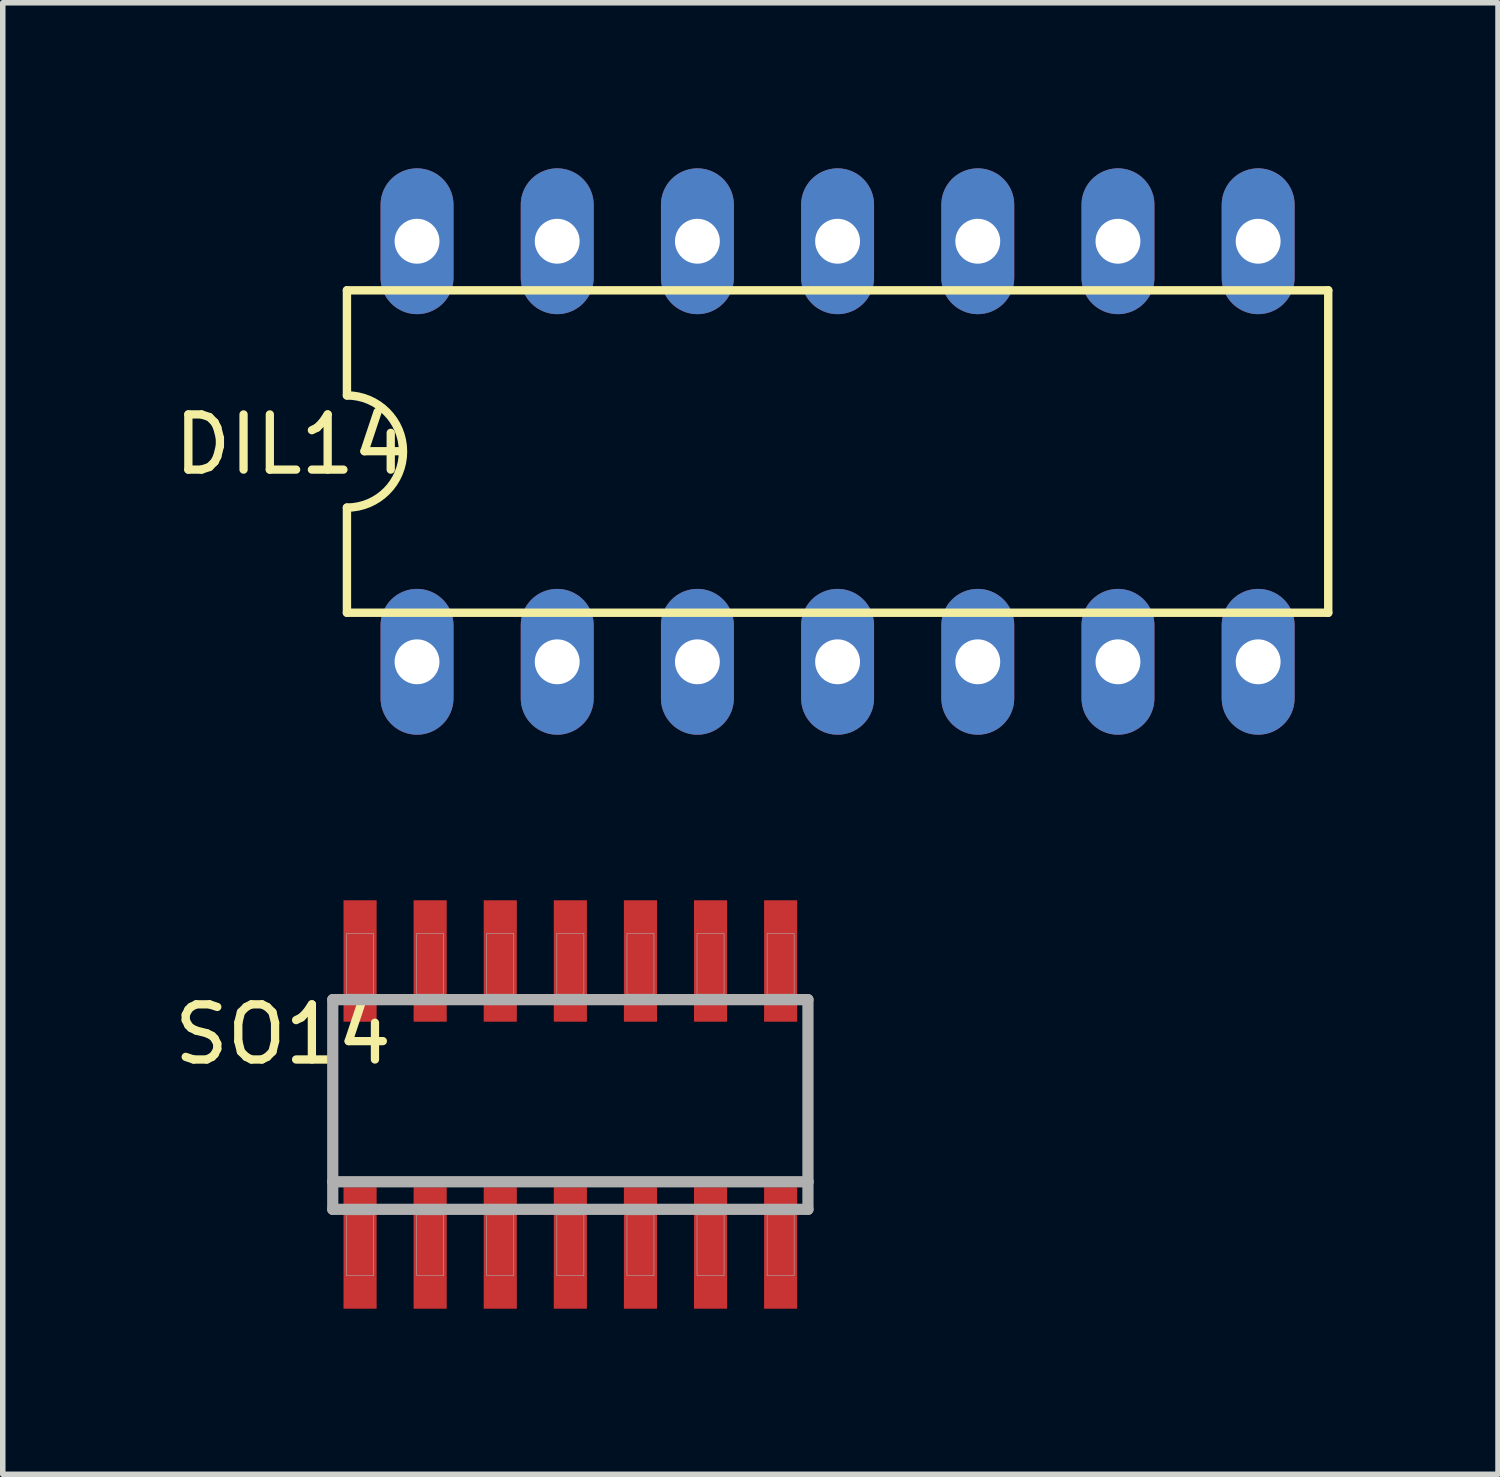
<source format=kicad_pcb>
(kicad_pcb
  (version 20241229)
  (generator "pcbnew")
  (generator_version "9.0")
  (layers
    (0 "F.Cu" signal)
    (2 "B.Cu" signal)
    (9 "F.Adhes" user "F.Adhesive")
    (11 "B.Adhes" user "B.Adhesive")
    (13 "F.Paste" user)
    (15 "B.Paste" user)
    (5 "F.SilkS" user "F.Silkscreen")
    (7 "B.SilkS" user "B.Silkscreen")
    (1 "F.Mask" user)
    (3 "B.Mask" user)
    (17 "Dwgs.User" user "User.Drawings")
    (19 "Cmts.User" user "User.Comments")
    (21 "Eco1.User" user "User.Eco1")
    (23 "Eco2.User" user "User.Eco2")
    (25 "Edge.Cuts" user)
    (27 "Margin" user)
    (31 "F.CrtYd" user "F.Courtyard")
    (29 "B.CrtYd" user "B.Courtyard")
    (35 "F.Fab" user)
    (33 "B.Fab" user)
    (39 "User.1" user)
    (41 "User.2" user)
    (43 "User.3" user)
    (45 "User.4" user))
  (footprint "DIL14"
    (layer "F.Cu")
    (at 12.126 5.131)
    (property "Reference" "DIL14" (at -9.906 -0.127 180) (layer "F.SilkS") (effects (font (size 1 1) (thickness 0.15))))
    (attr through_hole)
    (fp_line (start -8.89 -2.921) (end -8.89 -1.016) (stroke (width 0.152) (type solid)) (layer "F.SilkS"))
    (fp_line (start -8.89 2.921) (end -8.89 1.016) (stroke (width 0.152) (type solid)) (layer "F.SilkS"))
    (fp_line (start -8.89 2.921) (end 8.89 2.921) (stroke (width 0.152) (type solid)) (layer "F.SilkS"))
    (fp_line (start 8.89 -2.921) (end -8.89 -2.921) (stroke (width 0.152) (type solid)) (layer "F.SilkS"))
    (fp_line (start 8.89 -2.921) (end 8.89 2.921) (stroke (width 0.152) (type solid)) (layer "F.SilkS"))
    (fp_arc (start -8.89 -1.016) (mid -7.874 0) (end -8.89 1.016) (stroke (width 0.1524) (type solid)) (layer "F.SilkS"))
    (pad "1" thru_hole oval (at -7.62 3.81) (size 1.321 2.642) (drill 0.813) (layers "*.Cu" "*.Mask"))
    (pad "2" thru_hole oval (at -5.08 3.81) (size 1.321 2.642) (drill 0.813) (layers "*.Cu" "*.Mask"))
    (pad "3" thru_hole oval (at -2.54 3.81) (size 1.321 2.642) (drill 0.813) (layers "*.Cu" "*.Mask"))
    (pad "4" thru_hole oval (at 0 3.81) (size 1.321 2.642) (drill 0.813) (layers "*.Cu" "*.Mask"))
    (pad "5" thru_hole oval (at 2.54 3.81) (size 1.321 2.642) (drill 0.813) (layers "*.Cu" "*.Mask"))
    (pad "6" thru_hole oval (at 5.08 3.81) (size 1.321 2.642) (drill 0.813) (layers "*.Cu" "*.Mask"))
    (pad "7" thru_hole oval (at 7.62 3.81) (size 1.321 2.642) (drill 0.813) (layers "*.Cu" "*.Mask"))
    (pad "8" thru_hole oval (at 7.62 -3.81) (size 1.321 2.642) (drill 0.813) (layers "*.Cu" "*.Mask"))
    (pad "9" thru_hole oval (at 5.08 -3.81) (size 1.321 2.642) (drill 0.813) (layers "*.Cu" "*.Mask"))
    (pad "10" thru_hole oval (at 2.54 -3.81) (size 1.321 2.642) (drill 0.813) (layers "*.Cu" "*.Mask"))
    (pad "11" thru_hole oval (at 0 -3.81) (size 1.321 2.642) (drill 0.813) (layers "*.Cu" "*.Mask"))
    (pad "12" thru_hole oval (at -2.54 -3.81) (size 1.321 2.642) (drill 0.813) (layers "*.Cu" "*.Mask"))
    (pad "13" thru_hole oval (at -5.08 -3.81) (size 1.321 2.642) (drill 0.813) (layers "*.Cu" "*.Mask"))
    (pad "14" thru_hole oval (at -7.62 -3.81) (size 1.321 2.642) (drill 0.813) (layers "*.Cu" "*.Mask")))
  (footprint "SO14"
    (layer "F.Cu")
    (at 7.284 16.962)
    (property "Reference" "SO14" (at -5.207 -1.27 180) (layer "F.SilkS") (effects (font (size 1 1) (thickness 0.15))))
    (attr smd)
    (fp_line (start -4.305 -1.9) (end 4.305 -1.9) (stroke (width 0.203) (type solid)) (layer "F.Fab"))
    (fp_line (start -4.305 1.4) (end -4.305 -1.9) (stroke (width 0.203) (type solid)) (layer "F.Fab"))
    (fp_line (start -4.305 1.9) (end -4.305 1.4) (stroke (width 0.203) (type solid)) (layer "F.Fab"))
    (fp_line (start 4.305 -1.9) (end 4.305 1.4) (stroke (width 0.203) (type solid)) (layer "F.Fab"))
    (fp_line (start 4.305 1.4) (end -4.305 1.4) (stroke (width 0.203) (type solid)) (layer "F.Fab"))
    (fp_line (start 4.305 1.4) (end 4.305 1.9) (stroke (width 0.203) (type solid)) (layer "F.Fab"))
    (fp_line (start 4.305 1.9) (end -4.305 1.9) (stroke (width 0.203) (type solid)) (layer "F.Fab"))
    (fp_poly (pts (xy -4.055 -3.1) (xy -3.565 -3.1) (xy -3.565 -2) (xy -4.055 -2)) (stroke (width 0.01) (type solid)) (fill no) (layer "F.Fab"))
    (fp_poly (pts (xy -4.055 2) (xy -3.565 2) (xy -3.565 3.1) (xy -4.055 3.1)) (stroke (width 0.01) (type solid)) (fill no) (layer "F.Fab"))
    (fp_poly (pts (xy -2.785 -3.1) (xy -2.295 -3.1) (xy -2.295 -2) (xy -2.785 -2)) (stroke (width 0.01) (type solid)) (fill no) (layer "F.Fab"))
    (fp_poly (pts (xy -2.785 2) (xy -2.295 2) (xy -2.295 3.1) (xy -2.785 3.1)) (stroke (width 0.01) (type solid)) (fill no) (layer "F.Fab"))
    (fp_poly (pts (xy -1.515 -3.1) (xy -1.025 -3.1) (xy -1.025 -2) (xy -1.515 -2)) (stroke (width 0.01) (type solid)) (fill no) (layer "F.Fab"))
    (fp_poly (pts (xy -1.515 2) (xy -1.025 2) (xy -1.025 3.1) (xy -1.515 3.1)) (stroke (width 0.01) (type solid)) (fill no) (layer "F.Fab"))
    (fp_poly (pts (xy -0.245 -3.1) (xy 0.245 -3.1) (xy 0.245 -2) (xy -0.245 -2)) (stroke (width 0.01) (type solid)) (fill no) (layer "F.Fab"))
    (fp_poly (pts (xy -0.245 2) (xy 0.245 2) (xy 0.245 3.1) (xy -0.245 3.1)) (stroke (width 0.01) (type solid)) (fill no) (layer "F.Fab"))
    (fp_poly (pts (xy 1.025 -3.1) (xy 1.515 -3.1) (xy 1.515 -2) (xy 1.025 -2)) (stroke (width 0.01) (type solid)) (fill no) (layer "F.Fab"))
    (fp_poly (pts (xy 1.025 2) (xy 1.515 2) (xy 1.515 3.1) (xy 1.025 3.1)) (stroke (width 0.01) (type solid)) (fill no) (layer "F.Fab"))
    (fp_poly (pts (xy 2.295 -3.1) (xy 2.785 -3.1) (xy 2.785 -2) (xy 2.295 -2)) (stroke (width 0.01) (type solid)) (fill no) (layer "F.Fab"))
    (fp_poly (pts (xy 2.295 2) (xy 2.785 2) (xy 2.785 3.1) (xy 2.295 3.1)) (stroke (width 0.01) (type solid)) (fill no) (layer "F.Fab"))
    (fp_poly (pts (xy 3.565 -3.1) (xy 4.055 -3.1) (xy 4.055 -2) (xy 3.565 -2)) (stroke (width 0.01) (type solid)) (fill no) (layer "F.Fab"))
    (fp_poly (pts (xy 3.565 2) (xy 4.055 2) (xy 4.055 3.1) (xy 3.565 3.1)) (stroke (width 0.01) (type solid)) (fill no) (layer "F.Fab"))
    (pad "1" smd rect (at -3.81 2.6) (size 0.6 2.2) (layers "F.Cu" "F.Mask" "F.Paste"))
    (pad "2" smd rect (at -2.54 2.6) (size 0.6 2.2) (layers "F.Cu" "F.Mask" "F.Paste"))
    (pad "3" smd rect (at -1.27 2.6) (size 0.6 2.2) (layers "F.Cu" "F.Mask" "F.Paste"))
    (pad "4" smd rect (at 0 2.6) (size 0.6 2.2) (layers "F.Cu" "F.Mask" "F.Paste"))
    (pad "5" smd rect (at 1.27 2.6) (size 0.6 2.2) (layers "F.Cu" "F.Mask" "F.Paste"))
    (pad "6" smd rect (at 2.54 2.6) (size 0.6 2.2) (layers "F.Cu" "F.Mask" "F.Paste"))
    (pad "7" smd rect (at 3.81 2.6) (size 0.6 2.2) (layers "F.Cu" "F.Mask" "F.Paste"))
    (pad "8" smd rect (at 3.81 -2.6) (size 0.6 2.2) (layers "F.Cu" "F.Mask" "F.Paste"))
    (pad "9" smd rect (at 2.54 -2.6) (size 0.6 2.2) (layers "F.Cu" "F.Mask" "F.Paste"))
    (pad "10" smd rect (at 1.27 -2.6) (size 0.6 2.2) (layers "F.Cu" "F.Mask" "F.Paste"))
    (pad "11" smd rect (at 0 -2.6) (size 0.6 2.2) (layers "F.Cu" "F.Mask" "F.Paste"))
    (pad "12" smd rect (at -1.27 -2.6) (size 0.6 2.2) (layers "F.Cu" "F.Mask" "F.Paste"))
    (pad "13" smd rect (at -2.54 -2.6) (size 0.6 2.2) (layers "F.Cu" "F.Mask" "F.Paste"))
    (pad "14" smd rect (at -3.81 -2.6) (size 0.6 2.2) (layers "F.Cu" "F.Mask" "F.Paste")))
  (gr_rect
    (start -3 -3)
    (end 24.092 23.662)
    (stroke (width 0.1) (type default))
    (fill no)
    (layer "Edge.Cuts")))
</source>
